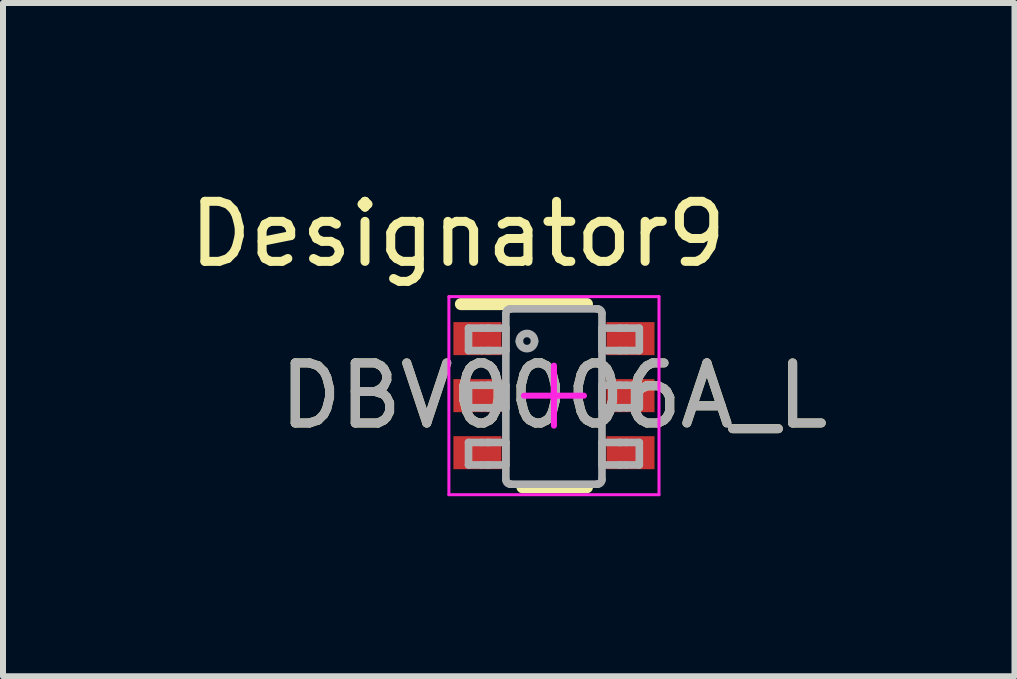
<source format=kicad_pcb>
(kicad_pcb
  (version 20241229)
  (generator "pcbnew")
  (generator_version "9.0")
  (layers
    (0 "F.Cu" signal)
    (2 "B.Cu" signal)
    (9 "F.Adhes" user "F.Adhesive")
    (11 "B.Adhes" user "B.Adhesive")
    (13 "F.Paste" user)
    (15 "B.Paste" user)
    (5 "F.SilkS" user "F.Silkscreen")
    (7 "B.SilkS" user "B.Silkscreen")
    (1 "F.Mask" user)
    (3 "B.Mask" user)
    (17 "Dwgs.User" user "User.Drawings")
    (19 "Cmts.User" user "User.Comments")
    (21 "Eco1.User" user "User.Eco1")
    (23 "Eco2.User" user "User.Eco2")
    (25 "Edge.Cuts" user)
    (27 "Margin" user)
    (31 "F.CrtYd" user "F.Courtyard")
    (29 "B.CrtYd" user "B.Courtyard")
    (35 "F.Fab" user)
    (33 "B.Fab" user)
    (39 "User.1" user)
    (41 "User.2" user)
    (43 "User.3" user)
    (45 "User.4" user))
  (footprint "DBV0006A_L"
    (layer "F.Cu")
    (at 6.178 3.541)
    (property "Reference" "DBV0006A_L" (at 0 0 0) (unlocked yes) (layer "F.SilkS") (effects (font (size 1 1) (thickness 0.15))))
    (attr smd)
    (fp_line (start -1.55 -1.525) (end 0.55 -1.525) (stroke (width 0.2) (type solid)) (layer "F.SilkS"))
    (fp_line (start -0.525 1.525) (end 0.55 1.525) (stroke (width 0.2) (type solid)) (layer "F.SilkS"))
    (fp_line (start -1.75 -1.65) (end 1.75 -1.65) (stroke (width 0.05) (type solid)) (layer "F.CrtYd"))
    (fp_line (start -1.75 1.65) (end -1.75 -1.65) (stroke (width 0.05) (type solid)) (layer "F.CrtYd"))
    (fp_line (start -1.75 1.65) (end 1.75 1.65) (stroke (width 0.05) (type solid)) (layer "F.CrtYd"))
    (fp_line (start -0.5 0) (end 0.5 0) (stroke (width 0.1) (type solid)) (layer "F.CrtYd"))
    (fp_line (start 0 0.5) (end 0 -0.5) (stroke (width 0.1) (type solid)) (layer "F.CrtYd"))
    (fp_line (start 1.75 1.65) (end 1.75 -1.65) (stroke (width 0.05) (type solid)) (layer "F.CrtYd"))
    (fp_line (start -1.423 -1.125) (end -1.206 -1.125) (stroke (width 0.127) (type solid)) (layer "F.Fab"))
    (fp_line (start -1.423 -0.751) (end -1.423 -1.125) (stroke (width 0.127) (type solid)) (layer "F.Fab"))
    (fp_line (start -1.423 -0.751) (end -1.206 -0.751) (stroke (width 0.127) (type solid)) (layer "F.Fab"))
    (fp_line (start -1.423 -0.173) (end -1.206 -0.173) (stroke (width 0.127) (type solid)) (layer "F.Fab"))
    (fp_line (start -1.423 0.202) (end -1.423 -0.173) (stroke (width 0.127) (type solid)) (layer "F.Fab"))
    (fp_line (start -1.423 0.202) (end -1.206 0.202) (stroke (width 0.127) (type solid)) (layer "F.Fab"))
    (fp_line (start -1.423 0.78) (end -1.206 0.78) (stroke (width 0.127) (type solid)) (layer "F.Fab"))
    (fp_line (start -1.423 1.154) (end -1.423 0.78) (stroke (width 0.127) (type solid)) (layer "F.Fab"))
    (fp_line (start -1.423 1.154) (end -1.206 1.154) (stroke (width 0.127) (type solid)) (layer "F.Fab"))
    (fp_line (start -1.206 -1.125) (end -1.113 -1.125) (stroke (width 0.127) (type solid)) (layer "F.Fab"))
    (fp_line (start -1.206 -0.751) (end -1.113 -0.751) (stroke (width 0.127) (type solid)) (layer "F.Fab"))
    (fp_line (start -1.206 -0.173) (end -1.113 -0.173) (stroke (width 0.127) (type solid)) (layer "F.Fab"))
    (fp_line (start -1.206 0.202) (end -1.113 0.202) (stroke (width 0.127) (type solid)) (layer "F.Fab"))
    (fp_line (start -1.206 0.78) (end -1.113 0.78) (stroke (width 0.127) (type solid)) (layer "F.Fab"))
    (fp_line (start -1.206 1.154) (end -1.113 1.154) (stroke (width 0.127) (type solid)) (layer "F.Fab"))
    (fp_line (start -1.113 -1.125) (end -1.081 -1.125) (stroke (width 0.127) (type solid)) (layer "F.Fab"))
    (fp_line (start -1.113 -0.751) (end -1.081 -0.751) (stroke (width 0.127) (type solid)) (layer "F.Fab"))
    (fp_line (start -1.113 -0.173) (end -1.081 -0.173) (stroke (width 0.127) (type solid)) (layer "F.Fab"))
    (fp_line (start -1.113 0.202) (end -1.081 0.202) (stroke (width 0.127) (type solid)) (layer "F.Fab"))
    (fp_line (start -1.113 0.78) (end -1.081 0.78) (stroke (width 0.127) (type solid)) (layer "F.Fab"))
    (fp_line (start -1.113 1.154) (end -1.081 1.154) (stroke (width 0.127) (type solid)) (layer "F.Fab"))
    (fp_line (start -1.081 -1.125) (end -0.828 -1.125) (stroke (width 0.127) (type solid)) (layer "F.Fab"))
    (fp_line (start -1.081 -0.751) (end -0.828 -0.751) (stroke (width 0.127) (type solid)) (layer "F.Fab"))
    (fp_line (start -1.081 -0.173) (end -0.828 -0.173) (stroke (width 0.127) (type solid)) (layer "F.Fab"))
    (fp_line (start -1.081 0.202) (end -0.828 0.202) (stroke (width 0.127) (type solid)) (layer "F.Fab"))
    (fp_line (start -1.081 0.78) (end -0.828 0.78) (stroke (width 0.127) (type solid)) (layer "F.Fab"))
    (fp_line (start -1.081 1.154) (end -0.828 1.154) (stroke (width 0.127) (type solid)) (layer "F.Fab"))
    (fp_line (start -0.828 -1.125) (end -0.801 -1.125) (stroke (width 0.127) (type solid)) (layer "F.Fab"))
    (fp_line (start -0.828 -0.751) (end -0.801 -0.751) (stroke (width 0.127) (type solid)) (layer "F.Fab"))
    (fp_line (start -0.828 -0.173) (end -0.801 -0.173) (stroke (width 0.127) (type solid)) (layer "F.Fab"))
    (fp_line (start -0.828 0.202) (end -0.801 0.202) (stroke (width 0.127) (type solid)) (layer "F.Fab"))
    (fp_line (start -0.828 0.78) (end -0.801 0.78) (stroke (width 0.127) (type solid)) (layer "F.Fab"))
    (fp_line (start -0.828 1.154) (end -0.801 1.154) (stroke (width 0.127) (type solid)) (layer "F.Fab"))
    (fp_line (start -0.801 -0.751) (end -0.801 -1.125) (stroke (width 0.127) (type solid)) (layer "F.Fab"))
    (fp_line (start -0.801 0.202) (end -0.801 -0.173) (stroke (width 0.127) (type solid)) (layer "F.Fab"))
    (fp_line (start -0.801 1.154) (end -0.801 0.78) (stroke (width 0.127) (type solid)) (layer "F.Fab"))
    (fp_line (start -0.801 1.399) (end -0.801 -1.37) (stroke (width 0.127) (type solid)) (layer "F.Fab"))
    (fp_line (start -0.725 -1.446) (end -0.724 -1.446) (stroke (width 0.127) (type solid)) (layer "F.Fab"))
    (fp_line (start -0.725 1.475) (end -0.724 1.475) (stroke (width 0.127) (type solid)) (layer "F.Fab"))
    (fp_line (start -0.724 -1.446) (end 0.723 -1.446) (stroke (width 0.127) (type solid)) (layer "F.Fab"))
    (fp_line (start -0.724 1.475) (end 0.723 1.475) (stroke (width 0.127) (type solid)) (layer "F.Fab"))
    (fp_line (start 0.723 -1.446) (end 0.724 -1.446) (stroke (width 0.127) (type solid)) (layer "F.Fab"))
    (fp_line (start 0.723 1.475) (end 0.724 1.475) (stroke (width 0.127) (type solid)) (layer "F.Fab"))
    (fp_line (start 0.8 -1.125) (end 0.827 -1.125) (stroke (width 0.127) (type solid)) (layer "F.Fab"))
    (fp_line (start 0.8 -0.751) (end 0.8 -1.125) (stroke (width 0.127) (type solid)) (layer "F.Fab"))
    (fp_line (start 0.8 -0.751) (end 0.827 -0.751) (stroke (width 0.127) (type solid)) (layer "F.Fab"))
    (fp_line (start 0.8 -0.173) (end 0.827 -0.173) (stroke (width 0.127) (type solid)) (layer "F.Fab"))
    (fp_line (start 0.8 0.202) (end 0.8 -0.173) (stroke (width 0.127) (type solid)) (layer "F.Fab"))
    (fp_line (start 0.8 0.202) (end 0.827 0.202) (stroke (width 0.127) (type solid)) (layer "F.Fab"))
    (fp_line (start 0.8 0.78) (end 0.827 0.78) (stroke (width 0.127) (type solid)) (layer "F.Fab"))
    (fp_line (start 0.8 1.154) (end 0.8 0.78) (stroke (width 0.127) (type solid)) (layer "F.Fab"))
    (fp_line (start 0.8 1.154) (end 0.827 1.154) (stroke (width 0.127) (type solid)) (layer "F.Fab"))
    (fp_line (start 0.8 1.399) (end 0.8 -1.37) (stroke (width 0.127) (type solid)) (layer "F.Fab"))
    (fp_line (start 0.827 -1.125) (end 1.08 -1.125) (stroke (width 0.127) (type solid)) (layer "F.Fab"))
    (fp_line (start 0.827 -0.751) (end 1.08 -0.751) (stroke (width 0.127) (type solid)) (layer "F.Fab"))
    (fp_line (start 0.827 -0.173) (end 1.08 -0.173) (stroke (width 0.127) (type solid)) (layer "F.Fab"))
    (fp_line (start 0.827 0.202) (end 1.08 0.202) (stroke (width 0.127) (type solid)) (layer "F.Fab"))
    (fp_line (start 0.827 0.78) (end 1.08 0.78) (stroke (width 0.127) (type solid)) (layer "F.Fab"))
    (fp_line (start 0.827 1.154) (end 1.08 1.154) (stroke (width 0.127) (type solid)) (layer "F.Fab"))
    (fp_line (start 1.08 -1.125) (end 1.112 -1.125) (stroke (width 0.127) (type solid)) (layer "F.Fab"))
    (fp_line (start 1.08 -0.751) (end 1.112 -0.751) (stroke (width 0.127) (type solid)) (layer "F.Fab"))
    (fp_line (start 1.08 -0.173) (end 1.112 -0.173) (stroke (width 0.127) (type solid)) (layer "F.Fab"))
    (fp_line (start 1.08 0.202) (end 1.112 0.202) (stroke (width 0.127) (type solid)) (layer "F.Fab"))
    (fp_line (start 1.08 0.78) (end 1.112 0.78) (stroke (width 0.127) (type solid)) (layer "F.Fab"))
    (fp_line (start 1.08 1.154) (end 1.112 1.154) (stroke (width 0.127) (type solid)) (layer "F.Fab"))
    (fp_line (start 1.112 -1.125) (end 1.205 -1.125) (stroke (width 0.127) (type solid)) (layer "F.Fab"))
    (fp_line (start 1.112 -0.751) (end 1.205 -0.751) (stroke (width 0.127) (type solid)) (layer "F.Fab"))
    (fp_line (start 1.112 -0.173) (end 1.205 -0.173) (stroke (width 0.127) (type solid)) (layer "F.Fab"))
    (fp_line (start 1.112 0.202) (end 1.205 0.202) (stroke (width 0.127) (type solid)) (layer "F.Fab"))
    (fp_line (start 1.112 0.78) (end 1.205 0.78) (stroke (width 0.127) (type solid)) (layer "F.Fab"))
    (fp_line (start 1.112 1.154) (end 1.205 1.154) (stroke (width 0.127) (type solid)) (layer "F.Fab"))
    (fp_line (start 1.205 -1.125) (end 1.422 -1.125) (stroke (width 0.127) (type solid)) (layer "F.Fab"))
    (fp_line (start 1.205 -0.751) (end 1.422 -0.751) (stroke (width 0.127) (type solid)) (layer "F.Fab"))
    (fp_line (start 1.205 -0.173) (end 1.422 -0.173) (stroke (width 0.127) (type solid)) (layer "F.Fab"))
    (fp_line (start 1.205 0.202) (end 1.422 0.202) (stroke (width 0.127) (type solid)) (layer "F.Fab"))
    (fp_line (start 1.205 0.78) (end 1.422 0.78) (stroke (width 0.127) (type solid)) (layer "F.Fab"))
    (fp_line (start 1.205 1.154) (end 1.422 1.154) (stroke (width 0.127) (type solid)) (layer "F.Fab"))
    (fp_line (start 1.422 -0.751) (end 1.422 -1.125) (stroke (width 0.127) (type solid)) (layer "F.Fab"))
    (fp_line (start 1.422 0.202) (end 1.422 -0.173) (stroke (width 0.127) (type solid)) (layer "F.Fab"))
    (fp_line (start 1.422 1.154) (end 1.422 0.78) (stroke (width 0.127) (type solid)) (layer "F.Fab"))
    (fp_arc (start -0.800692 -1.369901) (mid -0.778512 -1.423533) (end -0.724999 -1.446) (stroke (width 0.127) (type solid)) (layer "F.Fab"))
    (fp_arc (start -0.724999 1.475002) (mid -0.778507 1.452548) (end -0.800692 1.398928) (stroke (width 0.127) (type solid)) (layer "F.Fab"))
    (fp_arc (start -0.576537 -0.906071) (mid -0.449562 -1.033046) (end -0.322588 -0.906071) (stroke (width 0.127) (type solid)) (layer "F.Fab"))
    (fp_arc (start -0.322588 -0.906071) (mid -0.449562 -0.779097) (end -0.576537 -0.906071) (stroke (width 0.127) (type solid)) (layer "F.Fab"))
    (fp_arc (start 0.723841 -1.446) (mid 0.777341 -1.423528) (end 0.799508 -1.369901) (stroke (width 0.127) (type solid)) (layer "F.Fab"))
    (fp_arc (start 0.799508 1.398928) (mid 0.777336 1.452543) (end 0.723841 1.475002) (stroke (width 0.127) (type solid)) (layer "F.Fab"))
    (fp_text user "Designator9" (at -1.6 -2.692 0) (unlocked yes) (layer "F.SilkS") (effects (font (size 1 1) (thickness 0.15))))
    (fp_text user "${REFERENCE}" (at 0 0 0) (unlocked yes) (layer "F.Fab") (effects (font (size 1 1) (thickness 0.15))))
    (pad "1" smd rect (at -1.275 -0.95 90) (size 0.55 0.8) (layers "F.Cu" "F.Mask" "F.Paste"))
    (pad "2" smd rect (at -1.275 0 90) (size 0.55 0.8) (layers "F.Cu" "F.Mask" "F.Paste"))
    (pad "3" smd rect (at -1.275 0.95 90) (size 0.55 0.8) (layers "F.Cu" "F.Mask" "F.Paste"))
    (pad "4" smd rect (at 1.275 0.95 90) (size 0.55 0.8) (layers "F.Cu" "F.Mask" "F.Paste"))
    (pad "5" smd rect (at 1.275 0 90) (size 0.55 0.8) (layers "F.Cu" "F.Mask" "F.Paste"))
    (pad "6" smd rect (at 1.275 -0.95 90) (size 0.55 0.8) (layers "F.Cu" "F.Mask" "F.Paste")))
  (gr_rect
    (start -3 -3)
    (end 13.85 8.216)
    (stroke (width 0.1) (type default))
    (fill no)
    (layer "Edge.Cuts")))
</source>
